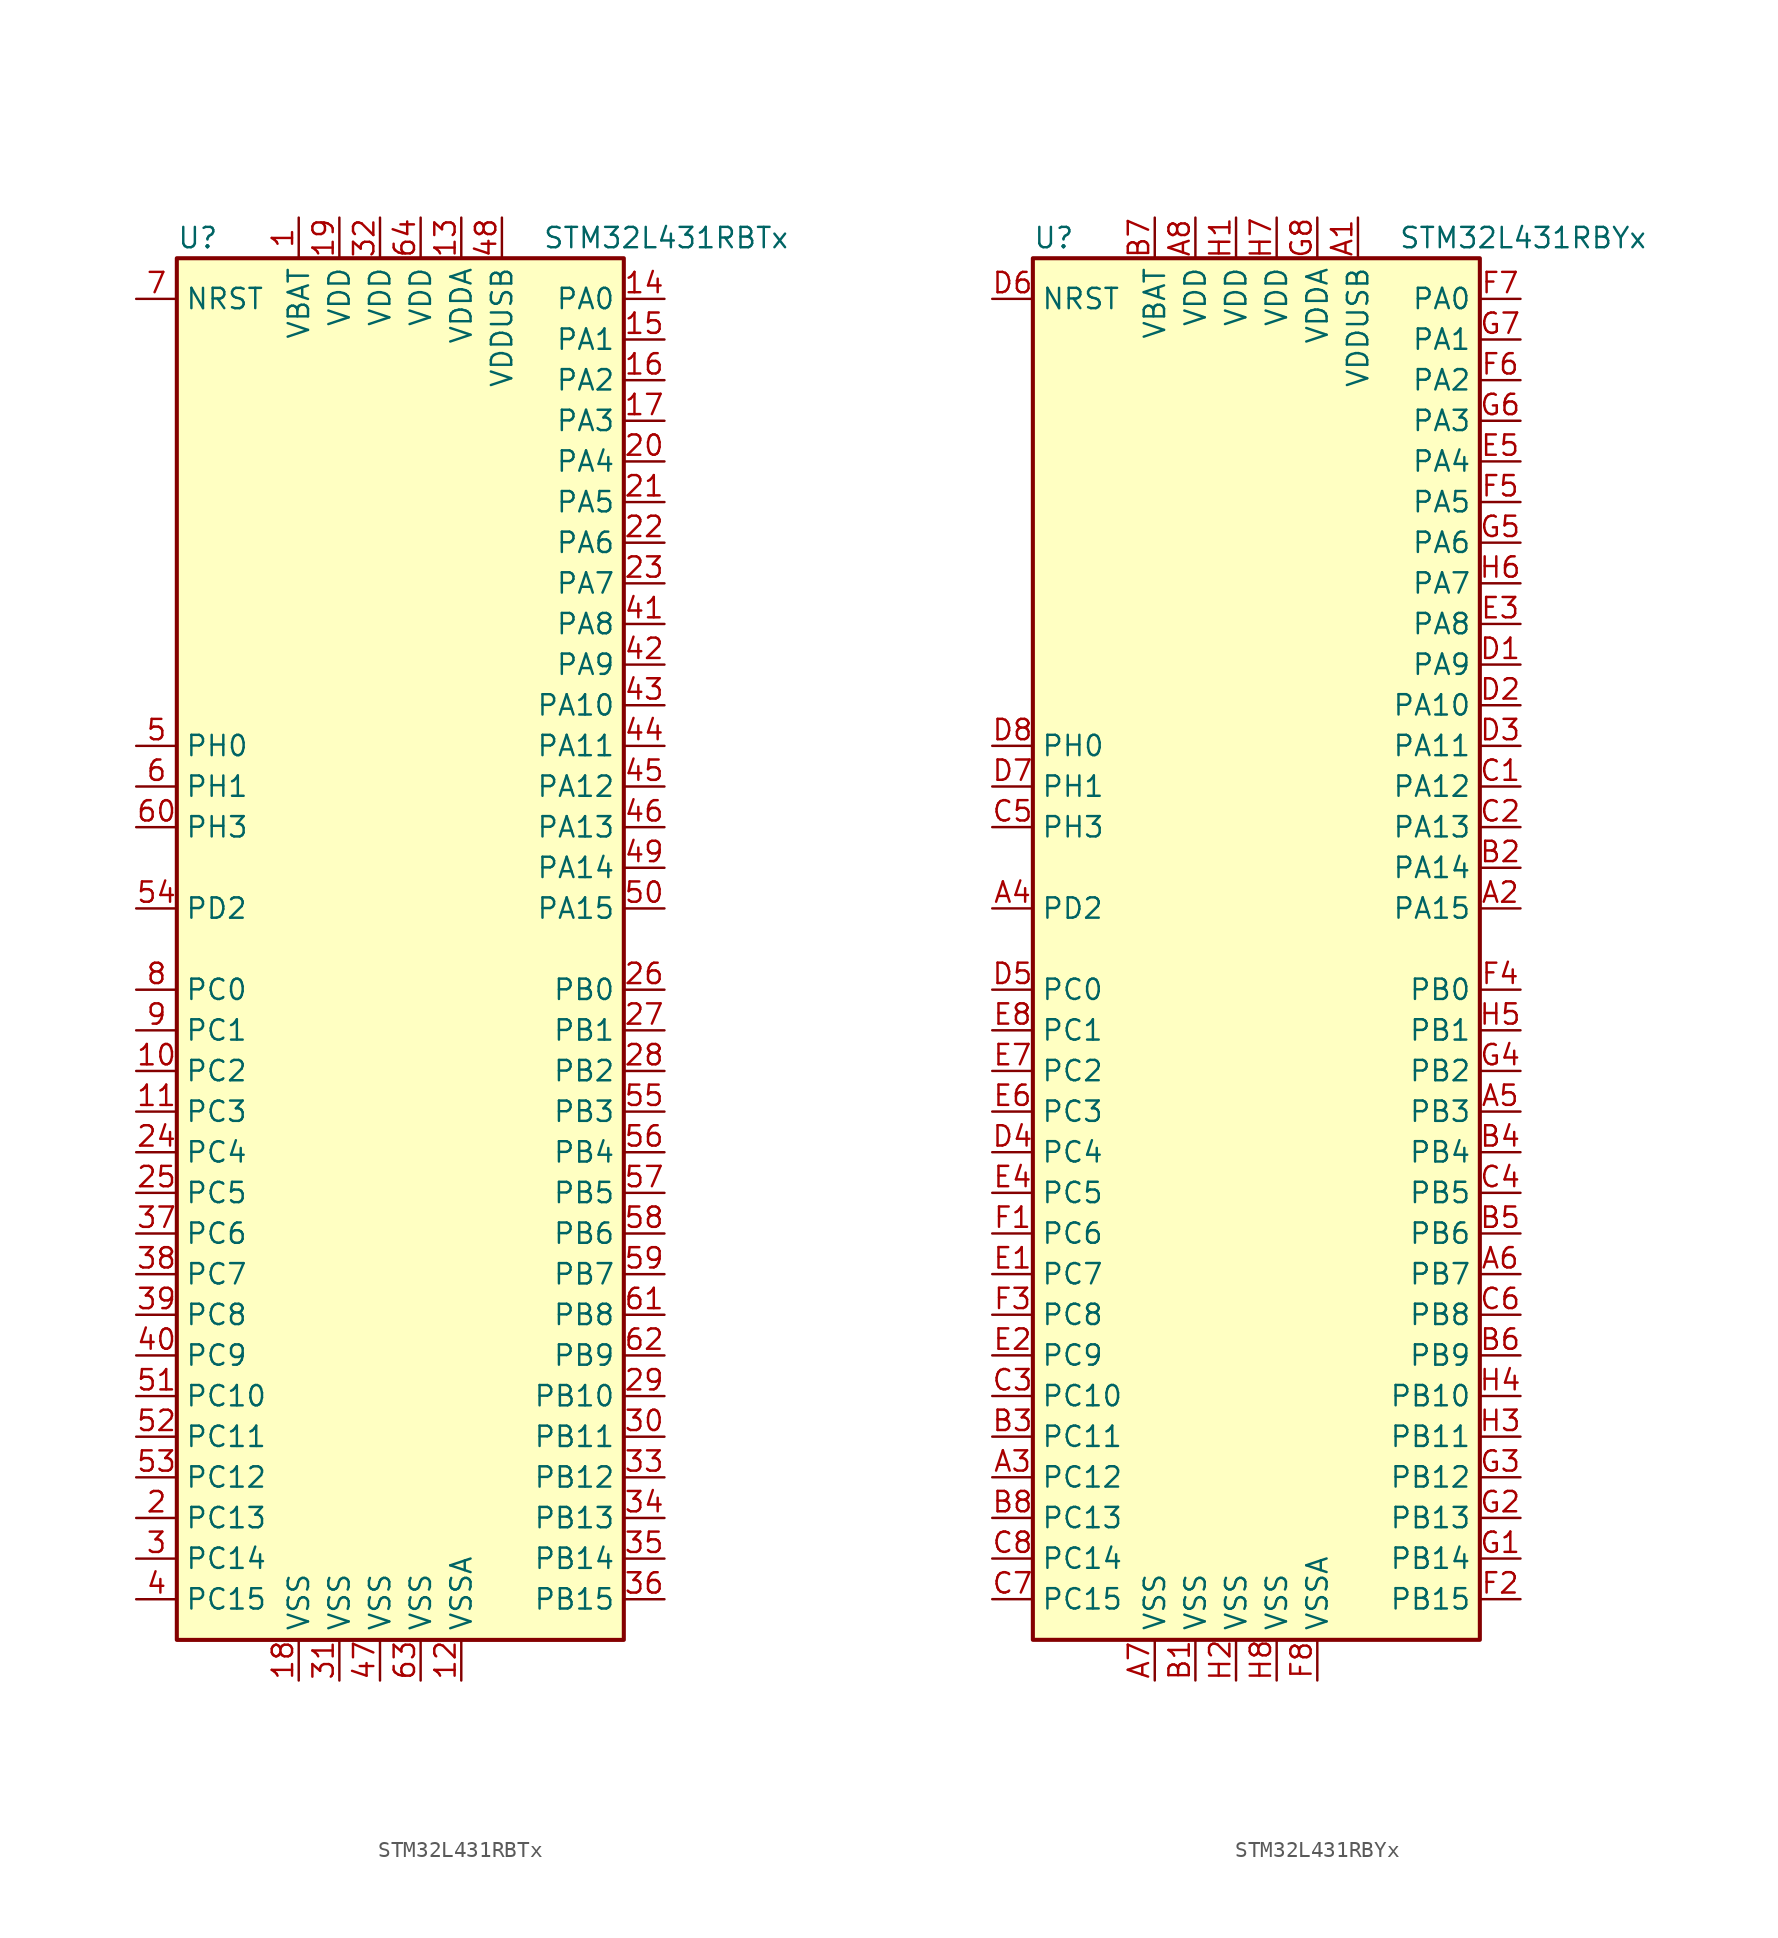
<source format=kicad_sym>
(kicad_symbol_lib
  (version 20211014)
  (generator kicad_symbol_editor)
  (symbol "STM32L431RBTx"
    (property "Reference" "U"
      (at -15.24 44.45 0)
      (effects (font (size 1.27 1.27)) (justify left)))
    (property "Value" "STM32L431RBTx"
      (at 7.62 44.45 0)
      (effects (font (size 1.27 1.27)) (justify left)))
    (symbol "STM32L431RBTx_0_1"
      (rectangle (start -15.24 -43.18) (end 12.7 43.18) (stroke (width 0.254) (type default) (color 0 0 0 0)) (fill (type background))))
    (symbol "STM32L431RBTx_1_1"
      (pin power_in line (at -7.62 45.72 270) (length 2.54) (name "VBAT" (effects (font (size 1.27 1.27)))) (number "1" (effects (font (size 1.27 1.27)))))
      (pin bidirectional line (at -17.78 -7.62 0) (length 2.54) (name "PC2" (effects (font (size 1.27 1.27)))) (number "10" (effects (font (size 1.27 1.27)))))
      (pin bidirectional line (at -17.78 -10.16 0) (length 2.54) (name "PC3" (effects (font (size 1.27 1.27)))) (number "11" (effects (font (size 1.27 1.27)))))
      (pin power_in line (at 2.54 -45.72 90) (length 2.54) (name "VSSA" (effects (font (size 1.27 1.27)))) (number "12" (effects (font (size 1.27 1.27)))))
      (pin power_in line (at 2.54 45.72 270) (length 2.54) (name "VDDA" (effects (font (size 1.27 1.27)))) (number "13" (effects (font (size 1.27 1.27)))))
      (pin bidirectional line (at 15.24 40.64 180) (length 2.54) (name "PA0" (effects (font (size 1.27 1.27)))) (number "14" (effects (font (size 1.27 1.27)))))
      (pin bidirectional line (at 15.24 38.1 180) (length 2.54) (name "PA1" (effects (font (size 1.27 1.27)))) (number "15" (effects (font (size 1.27 1.27)))))
      (pin bidirectional line (at 15.24 35.56 180) (length 2.54) (name "PA2" (effects (font (size 1.27 1.27)))) (number "16" (effects (font (size 1.27 1.27)))))
      (pin bidirectional line (at 15.24 33.02 180) (length 2.54) (name "PA3" (effects (font (size 1.27 1.27)))) (number "17" (effects (font (size 1.27 1.27)))))
      (pin power_in line (at -7.62 -45.72 90) (length 2.54) (name "VSS" (effects (font (size 1.27 1.27)))) (number "18" (effects (font (size 1.27 1.27)))))
      (pin power_in line (at -5.08 45.72 270) (length 2.54) (name "VDD" (effects (font (size 1.27 1.27)))) (number "19" (effects (font (size 1.27 1.27)))))
      (pin bidirectional line (at -17.78 -35.56 0) (length 2.54) (name "PC13" (effects (font (size 1.27 1.27)))) (number "2" (effects (font (size 1.27 1.27)))))
      (pin bidirectional line (at 15.24 30.48 180) (length 2.54) (name "PA4" (effects (font (size 1.27 1.27)))) (number "20" (effects (font (size 1.27 1.27)))))
      (pin bidirectional line (at 15.24 27.94 180) (length 2.54) (name "PA5" (effects (font (size 1.27 1.27)))) (number "21" (effects (font (size 1.27 1.27)))))
      (pin bidirectional line (at 15.24 25.4 180) (length 2.54) (name "PA6" (effects (font (size 1.27 1.27)))) (number "22" (effects (font (size 1.27 1.27)))))
      (pin bidirectional line (at 15.24 22.86 180) (length 2.54) (name "PA7" (effects (font (size 1.27 1.27)))) (number "23" (effects (font (size 1.27 1.27)))))
      (pin bidirectional line (at -17.78 -12.7 0) (length 2.54) (name "PC4" (effects (font (size 1.27 1.27)))) (number "24" (effects (font (size 1.27 1.27)))))
      (pin bidirectional line (at -17.78 -15.24 0) (length 2.54) (name "PC5" (effects (font (size 1.27 1.27)))) (number "25" (effects (font (size 1.27 1.27)))))
      (pin bidirectional line (at 15.24 -2.54 180) (length 2.54) (name "PB0" (effects (font (size 1.27 1.27)))) (number "26" (effects (font (size 1.27 1.27)))))
      (pin bidirectional line (at 15.24 -5.08 180) (length 2.54) (name "PB1" (effects (font (size 1.27 1.27)))) (number "27" (effects (font (size 1.27 1.27)))))
      (pin bidirectional line (at 15.24 -7.62 180) (length 2.54) (name "PB2" (effects (font (size 1.27 1.27)))) (number "28" (effects (font (size 1.27 1.27)))))
      (pin bidirectional line (at 15.24 -27.94 180) (length 2.54) (name "PB10" (effects (font (size 1.27 1.27)))) (number "29" (effects (font (size 1.27 1.27)))))
      (pin bidirectional line (at -17.78 -38.1 0) (length 2.54) (name "PC14" (effects (font (size 1.27 1.27)))) (number "3" (effects (font (size 1.27 1.27)))))
      (pin bidirectional line (at 15.24 -30.48 180) (length 2.54) (name "PB11" (effects (font (size 1.27 1.27)))) (number "30" (effects (font (size 1.27 1.27)))))
      (pin power_in line (at -5.08 -45.72 90) (length 2.54) (name "VSS" (effects (font (size 1.27 1.27)))) (number "31" (effects (font (size 1.27 1.27)))))
      (pin power_in line (at -2.54 45.72 270) (length 2.54) (name "VDD" (effects (font (size 1.27 1.27)))) (number "32" (effects (font (size 1.27 1.27)))))
      (pin bidirectional line (at 15.24 -33.02 180) (length 2.54) (name "PB12" (effects (font (size 1.27 1.27)))) (number "33" (effects (font (size 1.27 1.27)))))
      (pin bidirectional line (at 15.24 -35.56 180) (length 2.54) (name "PB13" (effects (font (size 1.27 1.27)))) (number "34" (effects (font (size 1.27 1.27)))))
      (pin bidirectional line (at 15.24 -38.1 180) (length 2.54) (name "PB14" (effects (font (size 1.27 1.27)))) (number "35" (effects (font (size 1.27 1.27)))))
      (pin bidirectional line (at 15.24 -40.64 180) (length 2.54) (name "PB15" (effects (font (size 1.27 1.27)))) (number "36" (effects (font (size 1.27 1.27)))))
      (pin bidirectional line (at -17.78 -17.78 0) (length 2.54) (name "PC6" (effects (font (size 1.27 1.27)))) (number "37" (effects (font (size 1.27 1.27)))))
      (pin bidirectional line (at -17.78 -20.32 0) (length 2.54) (name "PC7" (effects (font (size 1.27 1.27)))) (number "38" (effects (font (size 1.27 1.27)))))
      (pin bidirectional line (at -17.78 -22.86 0) (length 2.54) (name "PC8" (effects (font (size 1.27 1.27)))) (number "39" (effects (font (size 1.27 1.27)))))
      (pin bidirectional line (at -17.78 -40.64 0) (length 2.54) (name "PC15" (effects (font (size 1.27 1.27)))) (number "4" (effects (font (size 1.27 1.27)))))
      (pin bidirectional line (at -17.78 -25.4 0) (length 2.54) (name "PC9" (effects (font (size 1.27 1.27)))) (number "40" (effects (font (size 1.27 1.27)))))
      (pin bidirectional line (at 15.24 20.32 180) (length 2.54) (name "PA8" (effects (font (size 1.27 1.27)))) (number "41" (effects (font (size 1.27 1.27)))))
      (pin bidirectional line (at 15.24 17.78 180) (length 2.54) (name "PA9" (effects (font (size 1.27 1.27)))) (number "42" (effects (font (size 1.27 1.27)))))
      (pin bidirectional line (at 15.24 15.24 180) (length 2.54) (name "PA10" (effects (font (size 1.27 1.27)))) (number "43" (effects (font (size 1.27 1.27)))))
      (pin bidirectional line (at 15.24 12.7 180) (length 2.54) (name "PA11" (effects (font (size 1.27 1.27)))) (number "44" (effects (font (size 1.27 1.27)))))
      (pin bidirectional line (at 15.24 10.16 180) (length 2.54) (name "PA12" (effects (font (size 1.27 1.27)))) (number "45" (effects (font (size 1.27 1.27)))))
      (pin bidirectional line (at 15.24 7.62 180) (length 2.54) (name "PA13" (effects (font (size 1.27 1.27)))) (number "46" (effects (font (size 1.27 1.27)))))
      (pin power_in line (at -2.54 -45.72 90) (length 2.54) (name "VSS" (effects (font (size 1.27 1.27)))) (number "47" (effects (font (size 1.27 1.27)))))
      (pin power_in line (at 5.08 45.72 270) (length 2.54) (name "VDDUSB" (effects (font (size 1.27 1.27)))) (number "48" (effects (font (size 1.27 1.27)))))
      (pin bidirectional line (at 15.24 5.08 180) (length 2.54) (name "PA14" (effects (font (size 1.27 1.27)))) (number "49" (effects (font (size 1.27 1.27)))))
      (pin input line (at -17.78 12.7 0) (length 2.54) (name "PH0" (effects (font (size 1.27 1.27)))) (number "5" (effects (font (size 1.27 1.27)))))
      (pin bidirectional line (at 15.24 2.54 180) (length 2.54) (name "PA15" (effects (font (size 1.27 1.27)))) (number "50" (effects (font (size 1.27 1.27)))))
      (pin bidirectional line (at -17.78 -27.94 0) (length 2.54) (name "PC10" (effects (font (size 1.27 1.27)))) (number "51" (effects (font (size 1.27 1.27)))))
      (pin bidirectional line (at -17.78 -30.48 0) (length 2.54) (name "PC11" (effects (font (size 1.27 1.27)))) (number "52" (effects (font (size 1.27 1.27)))))
      (pin bidirectional line (at -17.78 -33.02 0) (length 2.54) (name "PC12" (effects (font (size 1.27 1.27)))) (number "53" (effects (font (size 1.27 1.27)))))
      (pin bidirectional line (at -17.78 2.54 0) (length 2.54) (name "PD2" (effects (font (size 1.27 1.27)))) (number "54" (effects (font (size 1.27 1.27)))))
      (pin bidirectional line (at 15.24 -10.16 180) (length 2.54) (name "PB3" (effects (font (size 1.27 1.27)))) (number "55" (effects (font (size 1.27 1.27)))))
      (pin bidirectional line (at 15.24 -12.7 180) (length 2.54) (name "PB4" (effects (font (size 1.27 1.27)))) (number "56" (effects (font (size 1.27 1.27)))))
      (pin bidirectional line (at 15.24 -15.24 180) (length 2.54) (name "PB5" (effects (font (size 1.27 1.27)))) (number "57" (effects (font (size 1.27 1.27)))))
      (pin bidirectional line (at 15.24 -17.78 180) (length 2.54) (name "PB6" (effects (font (size 1.27 1.27)))) (number "58" (effects (font (size 1.27 1.27)))))
      (pin bidirectional line (at 15.24 -20.32 180) (length 2.54) (name "PB7" (effects (font (size 1.27 1.27)))) (number "59" (effects (font (size 1.27 1.27)))))
      (pin input line (at -17.78 10.16 0) (length 2.54) (name "PH1" (effects (font (size 1.27 1.27)))) (number "6" (effects (font (size 1.27 1.27)))))
      (pin bidirectional line (at -17.78 7.62 0) (length 2.54) (name "PH3" (effects (font (size 1.27 1.27)))) (number "60" (effects (font (size 1.27 1.27)))))
      (pin bidirectional line (at 15.24 -22.86 180) (length 2.54) (name "PB8" (effects (font (size 1.27 1.27)))) (number "61" (effects (font (size 1.27 1.27)))))
      (pin bidirectional line (at 15.24 -25.4 180) (length 2.54) (name "PB9" (effects (font (size 1.27 1.27)))) (number "62" (effects (font (size 1.27 1.27)))))
      (pin power_in line (at 0 -45.72 90) (length 2.54) (name "VSS" (effects (font (size 1.27 1.27)))) (number "63" (effects (font (size 1.27 1.27)))))
      (pin power_in line (at 0 45.72 270) (length 2.54) (name "VDD" (effects (font (size 1.27 1.27)))) (number "64" (effects (font (size 1.27 1.27)))))
      (pin input line (at -17.78 40.64 0) (length 2.54) (name "NRST" (effects (font (size 1.27 1.27)))) (number "7" (effects (font (size 1.27 1.27)))))
      (pin bidirectional line (at -17.78 -2.54 0) (length 2.54) (name "PC0" (effects (font (size 1.27 1.27)))) (number "8" (effects (font (size 1.27 1.27)))))
      (pin bidirectional line (at -17.78 -5.08 0) (length 2.54) (name "PC1" (effects (font (size 1.27 1.27)))) (number "9" (effects (font (size 1.27 1.27)))))))
  (symbol "STM32L431RBYx"
    (property "Reference" "U"
      (at -15.24 44.45 0)
      (effects (font (size 1.27 1.27)) (justify left)))
    (property "Value" "STM32L431RBYx"
      (at 7.62 44.45 0)
      (effects (font (size 1.27 1.27)) (justify left)))
    (symbol "STM32L431RBYx_0_1"
      (rectangle (start -15.24 -43.18) (end 12.7 43.18) (stroke (width 0.254) (type default) (color 0 0 0 0)) (fill (type background))))
    (symbol "STM32L431RBYx_1_1"
      (pin power_in line (at 5.08 45.72 270) (length 2.54) (name "VDDUSB" (effects (font (size 1.27 1.27)))) (number "A1" (effects (font (size 1.27 1.27)))))
      (pin bidirectional line (at 15.24 2.54 180) (length 2.54) (name "PA15" (effects (font (size 1.27 1.27)))) (number "A2" (effects (font (size 1.27 1.27)))))
      (pin bidirectional line (at -17.78 -33.02 0) (length 2.54) (name "PC12" (effects (font (size 1.27 1.27)))) (number "A3" (effects (font (size 1.27 1.27)))))
      (pin bidirectional line (at -17.78 2.54 0) (length 2.54) (name "PD2" (effects (font (size 1.27 1.27)))) (number "A4" (effects (font (size 1.27 1.27)))))
      (pin bidirectional line (at 15.24 -10.16 180) (length 2.54) (name "PB3" (effects (font (size 1.27 1.27)))) (number "A5" (effects (font (size 1.27 1.27)))))
      (pin bidirectional line (at 15.24 -20.32 180) (length 2.54) (name "PB7" (effects (font (size 1.27 1.27)))) (number "A6" (effects (font (size 1.27 1.27)))))
      (pin power_in line (at -7.62 -45.72 90) (length 2.54) (name "VSS" (effects (font (size 1.27 1.27)))) (number "A7" (effects (font (size 1.27 1.27)))))
      (pin power_in line (at -5.08 45.72 270) (length 2.54) (name "VDD" (effects (font (size 1.27 1.27)))) (number "A8" (effects (font (size 1.27 1.27)))))
      (pin power_in line (at -5.08 -45.72 90) (length 2.54) (name "VSS" (effects (font (size 1.27 1.27)))) (number "B1" (effects (font (size 1.27 1.27)))))
      (pin bidirectional line (at 15.24 5.08 180) (length 2.54) (name "PA14" (effects (font (size 1.27 1.27)))) (number "B2" (effects (font (size 1.27 1.27)))))
      (pin bidirectional line (at -17.78 -30.48 0) (length 2.54) (name "PC11" (effects (font (size 1.27 1.27)))) (number "B3" (effects (font (size 1.27 1.27)))))
      (pin bidirectional line (at 15.24 -12.7 180) (length 2.54) (name "PB4" (effects (font (size 1.27 1.27)))) (number "B4" (effects (font (size 1.27 1.27)))))
      (pin bidirectional line (at 15.24 -17.78 180) (length 2.54) (name "PB6" (effects (font (size 1.27 1.27)))) (number "B5" (effects (font (size 1.27 1.27)))))
      (pin bidirectional line (at 15.24 -25.4 180) (length 2.54) (name "PB9" (effects (font (size 1.27 1.27)))) (number "B6" (effects (font (size 1.27 1.27)))))
      (pin power_in line (at -7.62 45.72 270) (length 2.54) (name "VBAT" (effects (font (size 1.27 1.27)))) (number "B7" (effects (font (size 1.27 1.27)))))
      (pin bidirectional line (at -17.78 -35.56 0) (length 2.54) (name "PC13" (effects (font (size 1.27 1.27)))) (number "B8" (effects (font (size 1.27 1.27)))))
      (pin bidirectional line (at 15.24 10.16 180) (length 2.54) (name "PA12" (effects (font (size 1.27 1.27)))) (number "C1" (effects (font (size 1.27 1.27)))))
      (pin bidirectional line (at 15.24 7.62 180) (length 2.54) (name "PA13" (effects (font (size 1.27 1.27)))) (number "C2" (effects (font (size 1.27 1.27)))))
      (pin bidirectional line (at -17.78 -27.94 0) (length 2.54) (name "PC10" (effects (font (size 1.27 1.27)))) (number "C3" (effects (font (size 1.27 1.27)))))
      (pin bidirectional line (at 15.24 -15.24 180) (length 2.54) (name "PB5" (effects (font (size 1.27 1.27)))) (number "C4" (effects (font (size 1.27 1.27)))))
      (pin bidirectional line (at -17.78 7.62 0) (length 2.54) (name "PH3" (effects (font (size 1.27 1.27)))) (number "C5" (effects (font (size 1.27 1.27)))))
      (pin bidirectional line (at 15.24 -22.86 180) (length 2.54) (name "PB8" (effects (font (size 1.27 1.27)))) (number "C6" (effects (font (size 1.27 1.27)))))
      (pin bidirectional line (at -17.78 -40.64 0) (length 2.54) (name "PC15" (effects (font (size 1.27 1.27)))) (number "C7" (effects (font (size 1.27 1.27)))))
      (pin bidirectional line (at -17.78 -38.1 0) (length 2.54) (name "PC14" (effects (font (size 1.27 1.27)))) (number "C8" (effects (font (size 1.27 1.27)))))
      (pin bidirectional line (at 15.24 17.78 180) (length 2.54) (name "PA9" (effects (font (size 1.27 1.27)))) (number "D1" (effects (font (size 1.27 1.27)))))
      (pin bidirectional line (at 15.24 15.24 180) (length 2.54) (name "PA10" (effects (font (size 1.27 1.27)))) (number "D2" (effects (font (size 1.27 1.27)))))
      (pin bidirectional line (at 15.24 12.7 180) (length 2.54) (name "PA11" (effects (font (size 1.27 1.27)))) (number "D3" (effects (font (size 1.27 1.27)))))
      (pin bidirectional line (at -17.78 -12.7 0) (length 2.54) (name "PC4" (effects (font (size 1.27 1.27)))) (number "D4" (effects (font (size 1.27 1.27)))))
      (pin bidirectional line (at -17.78 -2.54 0) (length 2.54) (name "PC0" (effects (font (size 1.27 1.27)))) (number "D5" (effects (font (size 1.27 1.27)))))
      (pin input line (at -17.78 40.64 0) (length 2.54) (name "NRST" (effects (font (size 1.27 1.27)))) (number "D6" (effects (font (size 1.27 1.27)))))
      (pin input line (at -17.78 10.16 0) (length 2.54) (name "PH1" (effects (font (size 1.27 1.27)))) (number "D7" (effects (font (size 1.27 1.27)))))
      (pin input line (at -17.78 12.7 0) (length 2.54) (name "PH0" (effects (font (size 1.27 1.27)))) (number "D8" (effects (font (size 1.27 1.27)))))
      (pin bidirectional line (at -17.78 -20.32 0) (length 2.54) (name "PC7" (effects (font (size 1.27 1.27)))) (number "E1" (effects (font (size 1.27 1.27)))))
      (pin bidirectional line (at -17.78 -25.4 0) (length 2.54) (name "PC9" (effects (font (size 1.27 1.27)))) (number "E2" (effects (font (size 1.27 1.27)))))
      (pin bidirectional line (at 15.24 20.32 180) (length 2.54) (name "PA8" (effects (font (size 1.27 1.27)))) (number "E3" (effects (font (size 1.27 1.27)))))
      (pin bidirectional line (at -17.78 -15.24 0) (length 2.54) (name "PC5" (effects (font (size 1.27 1.27)))) (number "E4" (effects (font (size 1.27 1.27)))))
      (pin bidirectional line (at 15.24 30.48 180) (length 2.54) (name "PA4" (effects (font (size 1.27 1.27)))) (number "E5" (effects (font (size 1.27 1.27)))))
      (pin bidirectional line (at -17.78 -10.16 0) (length 2.54) (name "PC3" (effects (font (size 1.27 1.27)))) (number "E6" (effects (font (size 1.27 1.27)))))
      (pin bidirectional line (at -17.78 -7.62 0) (length 2.54) (name "PC2" (effects (font (size 1.27 1.27)))) (number "E7" (effects (font (size 1.27 1.27)))))
      (pin bidirectional line (at -17.78 -5.08 0) (length 2.54) (name "PC1" (effects (font (size 1.27 1.27)))) (number "E8" (effects (font (size 1.27 1.27)))))
      (pin bidirectional line (at -17.78 -17.78 0) (length 2.54) (name "PC6" (effects (font (size 1.27 1.27)))) (number "F1" (effects (font (size 1.27 1.27)))))
      (pin bidirectional line (at 15.24 -40.64 180) (length 2.54) (name "PB15" (effects (font (size 1.27 1.27)))) (number "F2" (effects (font (size 1.27 1.27)))))
      (pin bidirectional line (at -17.78 -22.86 0) (length 2.54) (name "PC8" (effects (font (size 1.27 1.27)))) (number "F3" (effects (font (size 1.27 1.27)))))
      (pin bidirectional line (at 15.24 -2.54 180) (length 2.54) (name "PB0" (effects (font (size 1.27 1.27)))) (number "F4" (effects (font (size 1.27 1.27)))))
      (pin bidirectional line (at 15.24 27.94 180) (length 2.54) (name "PA5" (effects (font (size 1.27 1.27)))) (number "F5" (effects (font (size 1.27 1.27)))))
      (pin bidirectional line (at 15.24 35.56 180) (length 2.54) (name "PA2" (effects (font (size 1.27 1.27)))) (number "F6" (effects (font (size 1.27 1.27)))))
      (pin bidirectional line (at 15.24 40.64 180) (length 2.54) (name "PA0" (effects (font (size 1.27 1.27)))) (number "F7" (effects (font (size 1.27 1.27)))))
      (pin power_in line (at 2.54 -45.72 90) (length 2.54) (name "VSSA" (effects (font (size 1.27 1.27)))) (number "F8" (effects (font (size 1.27 1.27)))))
      (pin bidirectional line (at 15.24 -38.1 180) (length 2.54) (name "PB14" (effects (font (size 1.27 1.27)))) (number "G1" (effects (font (size 1.27 1.27)))))
      (pin bidirectional line (at 15.24 -35.56 180) (length 2.54) (name "PB13" (effects (font (size 1.27 1.27)))) (number "G2" (effects (font (size 1.27 1.27)))))
      (pin bidirectional line (at 15.24 -33.02 180) (length 2.54) (name "PB12" (effects (font (size 1.27 1.27)))) (number "G3" (effects (font (size 1.27 1.27)))))
      (pin bidirectional line (at 15.24 -7.62 180) (length 2.54) (name "PB2" (effects (font (size 1.27 1.27)))) (number "G4" (effects (font (size 1.27 1.27)))))
      (pin bidirectional line (at 15.24 25.4 180) (length 2.54) (name "PA6" (effects (font (size 1.27 1.27)))) (number "G5" (effects (font (size 1.27 1.27)))))
      (pin bidirectional line (at 15.24 33.02 180) (length 2.54) (name "PA3" (effects (font (size 1.27 1.27)))) (number "G6" (effects (font (size 1.27 1.27)))))
      (pin bidirectional line (at 15.24 38.1 180) (length 2.54) (name "PA1" (effects (font (size 1.27 1.27)))) (number "G7" (effects (font (size 1.27 1.27)))))
      (pin power_in line (at 2.54 45.72 270) (length 2.54) (name "VDDA" (effects (font (size 1.27 1.27)))) (number "G8" (effects (font (size 1.27 1.27)))))
      (pin power_in line (at -2.54 45.72 270) (length 2.54) (name "VDD" (effects (font (size 1.27 1.27)))) (number "H1" (effects (font (size 1.27 1.27)))))
      (pin power_in line (at -2.54 -45.72 90) (length 2.54) (name "VSS" (effects (font (size 1.27 1.27)))) (number "H2" (effects (font (size 1.27 1.27)))))
      (pin bidirectional line (at 15.24 -30.48 180) (length 2.54) (name "PB11" (effects (font (size 1.27 1.27)))) (number "H3" (effects (font (size 1.27 1.27)))))
      (pin bidirectional line (at 15.24 -27.94 180) (length 2.54) (name "PB10" (effects (font (size 1.27 1.27)))) (number "H4" (effects (font (size 1.27 1.27)))))
      (pin bidirectional line (at 15.24 -5.08 180) (length 2.54) (name "PB1" (effects (font (size 1.27 1.27)))) (number "H5" (effects (font (size 1.27 1.27)))))
      (pin bidirectional line (at 15.24 22.86 180) (length 2.54) (name "PA7" (effects (font (size 1.27 1.27)))) (number "H6" (effects (font (size 1.27 1.27)))))
      (pin power_in line (at 0 45.72 270) (length 2.54) (name "VDD" (effects (font (size 1.27 1.27)))) (number "H7" (effects (font (size 1.27 1.27)))))
      (pin power_in line (at 0 -45.72 90) (length 2.54) (name "VSS" (effects (font (size 1.27 1.27)))) (number "H8" (effects (font (size 1.27 1.27))))))))
</source>
